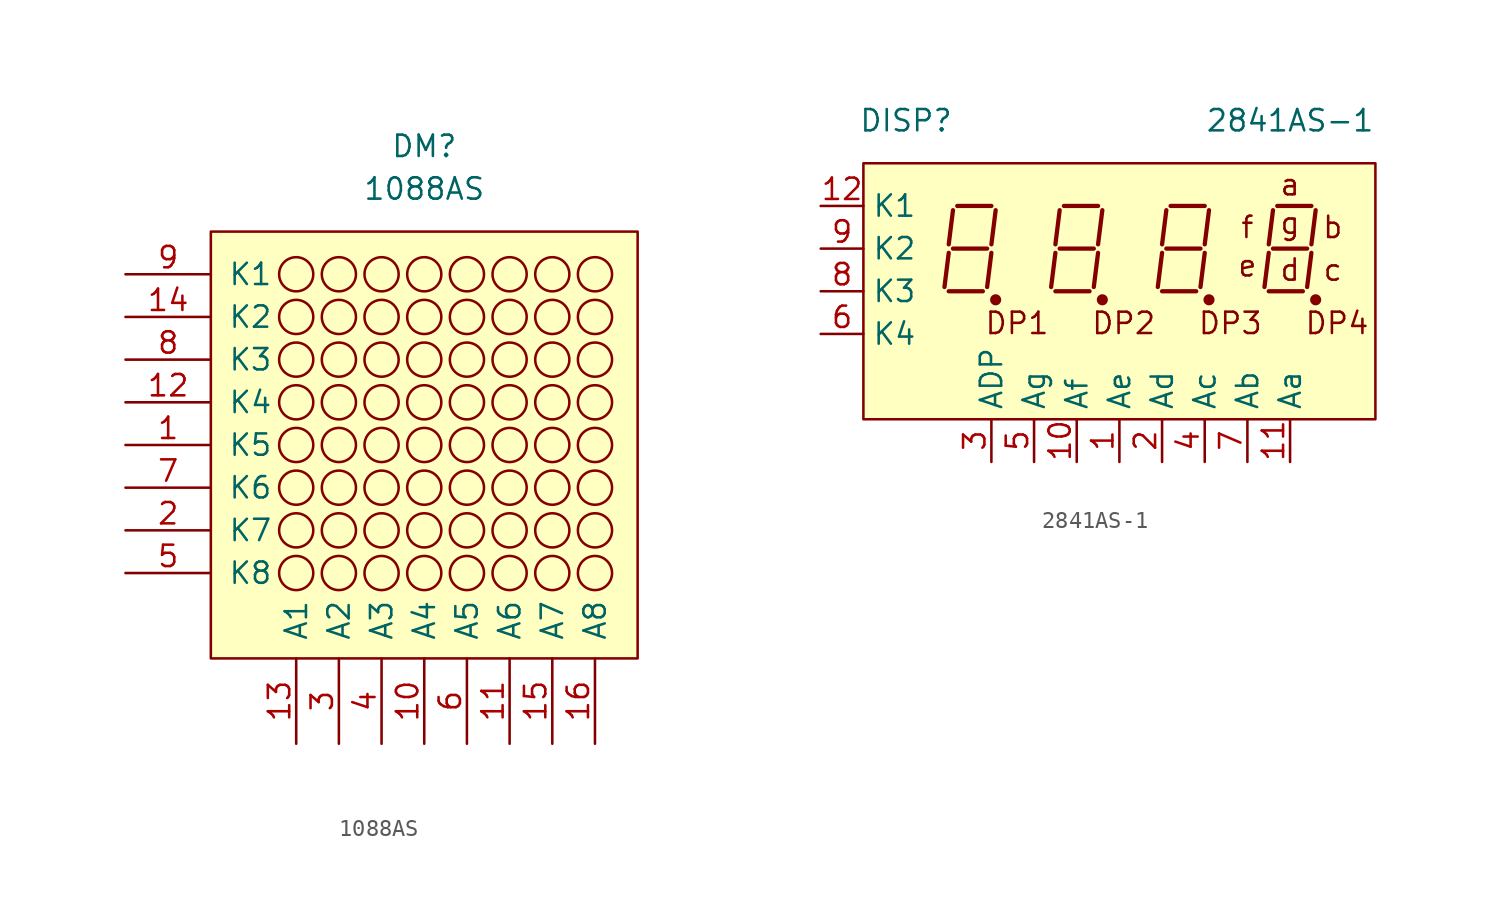
<source format=kicad_sym>
(kicad_symbol_lib
  (version 20211014)
  (generator kicad_symbol_editor)
  (symbol "1088AS"
    (pin_names
      (offset 1.016))
    (property "Reference" "DM"
      (at 0 43.18 0)
      (effects (font (size 1.27 1.27))))
    (property "Value" "1088AS"
      (at 0 40.64 0)
      (effects (font (size 1.27 1.27))))
    (symbol "1088AS_0_0"
      (pin passive line (at -17.78 25.4 0) (length 5.08) (name "K5" (effects (font (size 1.27 1.27)))) (number "1" (effects (font (size 1.27 1.27)))))
      (pin passive line (at 0 7.62 90) (length 5.08) (name "A4" (effects (font (size 1.27 1.27)))) (number "10" (effects (font (size 1.27 1.27)))))
      (pin passive line (at 5.08 7.62 90) (length 5.08) (name "A6" (effects (font (size 1.27 1.27)))) (number "11" (effects (font (size 1.27 1.27)))))
      (pin passive line (at -17.78 27.94 0) (length 5.08) (name "K4" (effects (font (size 1.27 1.27)))) (number "12" (effects (font (size 1.27 1.27)))))
      (pin passive line (at -7.62 7.62 90) (length 5.08) (name "A1" (effects (font (size 1.27 1.27)))) (number "13" (effects (font (size 1.27 1.27)))))
      (pin passive line (at -17.78 33.02 0) (length 5.08) (name "K2" (effects (font (size 1.27 1.27)))) (number "14" (effects (font (size 1.27 1.27)))))
      (pin passive line (at 7.62 7.62 90) (length 5.08) (name "A7" (effects (font (size 1.27 1.27)))) (number "15" (effects (font (size 1.27 1.27)))))
      (pin passive line (at 10.16 7.62 90) (length 5.08) (name "A8" (effects (font (size 1.27 1.27)))) (number "16" (effects (font (size 1.27 1.27)))))
      (pin passive line (at -17.78 20.32 0) (length 5.08) (name "K7" (effects (font (size 1.27 1.27)))) (number "2" (effects (font (size 1.27 1.27)))))
      (pin passive line (at -5.08 7.62 90) (length 5.08) (name "A2" (effects (font (size 1.27 1.27)))) (number "3" (effects (font (size 1.27 1.27)))))
      (pin passive line (at -2.54 7.62 90) (length 5.08) (name "A3" (effects (font (size 1.27 1.27)))) (number "4" (effects (font (size 1.27 1.27)))))
      (pin passive line (at -17.78 17.78 0) (length 5.08) (name "K8" (effects (font (size 1.27 1.27)))) (number "5" (effects (font (size 1.27 1.27)))))
      (pin passive line (at 2.54 7.62 90) (length 5.08) (name "A5" (effects (font (size 1.27 1.27)))) (number "6" (effects (font (size 1.27 1.27)))))
      (pin passive line (at -17.78 22.86 0) (length 5.08) (name "K6" (effects (font (size 1.27 1.27)))) (number "7" (effects (font (size 1.27 1.27)))))
      (pin passive line (at -17.78 30.48 0) (length 5.08) (name "K3" (effects (font (size 1.27 1.27)))) (number "8" (effects (font (size 1.27 1.27)))))
      (pin passive line (at -17.78 35.56 0) (length 5.08) (name "K1" (effects (font (size 1.27 1.27)))) (number "9" (effects (font (size 1.27 1.27))))))
    (symbol "1088AS_0_1"
      (rectangle (start -12.7 38.1) (end 12.7 12.7) (stroke (width 0.152) (type default) (color 0 0 0 0)) (fill (type background)))
      (circle (center -7.62 17.78) (radius 1.016) (stroke (width 0.152) (type default) (color 0 0 0 0)) (fill (type none)))
      (circle (center -7.62 20.32) (radius 1.016) (stroke (width 0.152) (type default) (color 0 0 0 0)) (fill (type none)))
      (circle (center -7.62 22.86) (radius 1.016) (stroke (width 0.152) (type default) (color 0 0 0 0)) (fill (type none)))
      (circle (center -7.62 25.4) (radius 1.016) (stroke (width 0.152) (type default) (color 0 0 0 0)) (fill (type none)))
      (circle (center -7.62 27.94) (radius 1.016) (stroke (width 0.152) (type default) (color 0 0 0 0)) (fill (type none)))
      (circle (center -7.62 30.48) (radius 1.016) (stroke (width 0.152) (type default) (color 0 0 0 0)) (fill (type none)))
      (circle (center -7.62 33.02) (radius 1.016) (stroke (width 0.152) (type default) (color 0 0 0 0)) (fill (type none)))
      (circle (center -7.62 35.56) (radius 1.016) (stroke (width 0.152) (type default) (color 0 0 0 0)) (fill (type none)))
      (circle (center -5.08 17.78) (radius 1.016) (stroke (width 0.152) (type default) (color 0 0 0 0)) (fill (type none)))
      (circle (center -5.08 20.32) (radius 1.016) (stroke (width 0.152) (type default) (color 0 0 0 0)) (fill (type none)))
      (circle (center -5.08 22.86) (radius 1.016) (stroke (width 0.152) (type default) (color 0 0 0 0)) (fill (type none)))
      (circle (center -5.08 25.4) (radius 1.016) (stroke (width 0.152) (type default) (color 0 0 0 0)) (fill (type none)))
      (circle (center -5.08 27.94) (radius 1.016) (stroke (width 0.152) (type default) (color 0 0 0 0)) (fill (type none)))
      (circle (center -5.08 30.48) (radius 1.016) (stroke (width 0.152) (type default) (color 0 0 0 0)) (fill (type none)))
      (circle (center -5.08 33.02) (radius 1.016) (stroke (width 0.152) (type default) (color 0 0 0 0)) (fill (type none)))
      (circle (center -5.08 35.56) (radius 1.016) (stroke (width 0.152) (type default) (color 0 0 0 0)) (fill (type none)))
      (circle (center -2.54 17.78) (radius 1.016) (stroke (width 0.152) (type default) (color 0 0 0 0)) (fill (type none)))
      (circle (center -2.54 20.32) (radius 1.016) (stroke (width 0.152) (type default) (color 0 0 0 0)) (fill (type none)))
      (circle (center -2.54 22.86) (radius 1.016) (stroke (width 0.152) (type default) (color 0 0 0 0)) (fill (type none)))
      (circle (center -2.54 25.4) (radius 1.016) (stroke (width 0.152) (type default) (color 0 0 0 0)) (fill (type none)))
      (circle (center -2.54 27.94) (radius 1.016) (stroke (width 0.152) (type default) (color 0 0 0 0)) (fill (type none)))
      (circle (center -2.54 30.48) (radius 1.016) (stroke (width 0.152) (type default) (color 0 0 0 0)) (fill (type none)))
      (circle (center -2.54 33.02) (radius 1.016) (stroke (width 0.152) (type default) (color 0 0 0 0)) (fill (type none)))
      (circle (center -2.54 35.56) (radius 1.016) (stroke (width 0.152) (type default) (color 0 0 0 0)) (fill (type none)))
      (circle (center 0 17.78) (radius 1.016) (stroke (width 0.152) (type default) (color 0 0 0 0)) (fill (type none)))
      (circle (center 0 20.32) (radius 1.016) (stroke (width 0.152) (type default) (color 0 0 0 0)) (fill (type none)))
      (circle (center 0 22.86) (radius 1.016) (stroke (width 0.152) (type default) (color 0 0 0 0)) (fill (type none)))
      (circle (center 0 25.4) (radius 1.016) (stroke (width 0.152) (type default) (color 0 0 0 0)) (fill (type none)))
      (circle (center 0 27.94) (radius 1.016) (stroke (width 0.152) (type default) (color 0 0 0 0)) (fill (type none)))
      (circle (center 0 30.48) (radius 1.016) (stroke (width 0.152) (type default) (color 0 0 0 0)) (fill (type none)))
      (circle (center 0 33.02) (radius 1.016) (stroke (width 0.152) (type default) (color 0 0 0 0)) (fill (type none)))
      (circle (center 0 35.56) (radius 1.016) (stroke (width 0.152) (type default) (color 0 0 0 0)) (fill (type none)))
      (circle (center 2.54 17.78) (radius 1.016) (stroke (width 0.152) (type default) (color 0 0 0 0)) (fill (type none)))
      (circle (center 2.54 20.32) (radius 1.016) (stroke (width 0.152) (type default) (color 0 0 0 0)) (fill (type none)))
      (circle (center 2.54 22.86) (radius 1.016) (stroke (width 0.152) (type default) (color 0 0 0 0)) (fill (type none)))
      (circle (center 2.54 25.4) (radius 1.016) (stroke (width 0.152) (type default) (color 0 0 0 0)) (fill (type none)))
      (circle (center 2.54 27.94) (radius 1.016) (stroke (width 0.152) (type default) (color 0 0 0 0)) (fill (type none)))
      (circle (center 2.54 30.48) (radius 1.016) (stroke (width 0.152) (type default) (color 0 0 0 0)) (fill (type none)))
      (circle (center 2.54 33.02) (radius 1.016) (stroke (width 0.152) (type default) (color 0 0 0 0)) (fill (type none)))
      (circle (center 2.54 35.56) (radius 1.016) (stroke (width 0.152) (type default) (color 0 0 0 0)) (fill (type none)))
      (circle (center 5.08 17.78) (radius 1.016) (stroke (width 0.152) (type default) (color 0 0 0 0)) (fill (type none)))
      (circle (center 5.08 20.32) (radius 1.016) (stroke (width 0.152) (type default) (color 0 0 0 0)) (fill (type none)))
      (circle (center 5.08 22.86) (radius 1.016) (stroke (width 0.152) (type default) (color 0 0 0 0)) (fill (type none)))
      (circle (center 5.08 25.4) (radius 1.016) (stroke (width 0.152) (type default) (color 0 0 0 0)) (fill (type none)))
      (circle (center 5.08 27.94) (radius 1.016) (stroke (width 0.152) (type default) (color 0 0 0 0)) (fill (type none)))
      (circle (center 5.08 30.48) (radius 1.016) (stroke (width 0.152) (type default) (color 0 0 0 0)) (fill (type none)))
      (circle (center 5.08 33.02) (radius 1.016) (stroke (width 0.152) (type default) (color 0 0 0 0)) (fill (type none)))
      (circle (center 5.08 35.56) (radius 1.016) (stroke (width 0.152) (type default) (color 0 0 0 0)) (fill (type none)))
      (circle (center 7.62 17.78) (radius 1.016) (stroke (width 0.152) (type default) (color 0 0 0 0)) (fill (type none)))
      (circle (center 7.62 20.32) (radius 1.016) (stroke (width 0.152) (type default) (color 0 0 0 0)) (fill (type none)))
      (circle (center 7.62 22.86) (radius 1.016) (stroke (width 0.152) (type default) (color 0 0 0 0)) (fill (type none)))
      (circle (center 7.62 25.4) (radius 1.016) (stroke (width 0.152) (type default) (color 0 0 0 0)) (fill (type none)))
      (circle (center 7.62 27.94) (radius 1.016) (stroke (width 0.152) (type default) (color 0 0 0 0)) (fill (type none)))
      (circle (center 7.62 30.48) (radius 1.016) (stroke (width 0.152) (type default) (color 0 0 0 0)) (fill (type none)))
      (circle (center 7.62 33.02) (radius 1.016) (stroke (width 0.152) (type default) (color 0 0 0 0)) (fill (type none)))
      (circle (center 7.62 35.56) (radius 1.016) (stroke (width 0.152) (type default) (color 0 0 0 0)) (fill (type none)))
      (circle (center 10.16 17.78) (radius 1.016) (stroke (width 0.152) (type default) (color 0 0 0 0)) (fill (type none)))
      (circle (center 10.16 20.32) (radius 1.016) (stroke (width 0.152) (type default) (color 0 0 0 0)) (fill (type none)))
      (circle (center 10.16 22.86) (radius 1.016) (stroke (width 0.152) (type default) (color 0 0 0 0)) (fill (type none)))
      (circle (center 10.16 25.4) (radius 1.016) (stroke (width 0.152) (type default) (color 0 0 0 0)) (fill (type none)))
      (circle (center 10.16 27.94) (radius 1.016) (stroke (width 0.152) (type default) (color 0 0 0 0)) (fill (type none)))
      (circle (center 10.16 30.48) (radius 1.016) (stroke (width 0.152) (type default) (color 0 0 0 0)) (fill (type none)))
      (circle (center 10.16 33.02) (radius 1.016) (stroke (width 0.152) (type default) (color 0 0 0 0)) (fill (type none)))
      (circle (center 10.16 35.56) (radius 1.016) (stroke (width 0.152) (type default) (color 0 0 0 0)) (fill (type none)))))
  (symbol "2841AS-1"
    (property "Reference" "DISP"
      (at -12.7 10.16 0)
      (effects (font (size 1.27 1.27))))
    (property "Value" "2841AS-1"
      (at 10.16 10.16 0)
      (effects (font (size 1.27 1.27))))
    (symbol "2841AS-1_0_0"
      (rectangle (start -15.24 7.62) (end 15.24 -7.62) (stroke (width 0.152) (type default) (color 0 0 0 0)) (fill (type background)))
      (circle (center -7.366 -0.508) (radius 0.254) (stroke (width 0) (type default) (color 0 0 0 0)) (fill (type outline)))
      (circle (center -1.016 -0.508) (radius 0.254) (stroke (width 0) (type default) (color 0 0 0 0)) (fill (type outline)))
      (polyline (pts (xy -10.16 2.286) (xy -10.414 0.254)) (stroke (width 0.254) (type default) (color 0 0 0 0)) (fill (type none)))
      (polyline (pts (xy -10.16 2.794) (xy -9.906 4.826)) (stroke (width 0.254) (type default) (color 0 0 0 0)) (fill (type none)))
      (polyline (pts (xy -9.906 2.54) (xy -7.874 2.54)) (stroke (width 0.254) (type default) (color 0 0 0 0)) (fill (type none)))
      (polyline (pts (xy -9.652 5.08) (xy -7.62 5.08)) (stroke (width 0.254) (type default) (color 0 0 0 0)) (fill (type none)))
      (polyline (pts (xy -8.128 0) (xy -10.16 0)) (stroke (width 0.254) (type default) (color 0 0 0 0)) (fill (type none)))
      (polyline (pts (xy -7.62 2.286) (xy -7.874 0.254)) (stroke (width 0.254) (type default) (color 0 0 0 0)) (fill (type none)))
      (polyline (pts (xy -7.62 2.794) (xy -7.366 4.826)) (stroke (width 0.254) (type default) (color 0 0 0 0)) (fill (type none)))
      (polyline (pts (xy -3.81 2.286) (xy -4.064 0.254)) (stroke (width 0.254) (type default) (color 0 0 0 0)) (fill (type none)))
      (polyline (pts (xy -3.81 2.794) (xy -3.556 4.826)) (stroke (width 0.254) (type default) (color 0 0 0 0)) (fill (type none)))
      (polyline (pts (xy -3.556 2.54) (xy -1.524 2.54)) (stroke (width 0.254) (type default) (color 0 0 0 0)) (fill (type none)))
      (polyline (pts (xy -3.302 5.08) (xy -1.27 5.08)) (stroke (width 0.254) (type default) (color 0 0 0 0)) (fill (type none)))
      (polyline (pts (xy -1.778 0) (xy -3.81 0)) (stroke (width 0.254) (type default) (color 0 0 0 0)) (fill (type none)))
      (polyline (pts (xy -1.27 2.286) (xy -1.524 0.254)) (stroke (width 0.254) (type default) (color 0 0 0 0)) (fill (type none)))
      (polyline (pts (xy -1.27 2.794) (xy -1.016 4.826)) (stroke (width 0.254) (type default) (color 0 0 0 0)) (fill (type none)))
      (polyline (pts (xy 2.54 2.286) (xy 2.286 0.254)) (stroke (width 0.254) (type default) (color 0 0 0 0)) (fill (type none)))
      (polyline (pts (xy 2.54 2.794) (xy 2.794 4.826)) (stroke (width 0.254) (type default) (color 0 0 0 0)) (fill (type none)))
      (polyline (pts (xy 2.794 2.54) (xy 4.826 2.54)) (stroke (width 0.254) (type default) (color 0 0 0 0)) (fill (type none)))
      (polyline (pts (xy 3.048 5.08) (xy 5.08 5.08)) (stroke (width 0.254) (type default) (color 0 0 0 0)) (fill (type none)))
      (polyline (pts (xy 4.572 0) (xy 2.54 0)) (stroke (width 0.254) (type default) (color 0 0 0 0)) (fill (type none)))
      (polyline (pts (xy 5.08 2.286) (xy 4.826 0.254)) (stroke (width 0.254) (type default) (color 0 0 0 0)) (fill (type none)))
      (polyline (pts (xy 5.08 2.794) (xy 5.334 4.826)) (stroke (width 0.254) (type default) (color 0 0 0 0)) (fill (type none)))
      (polyline (pts (xy 8.89 2.286) (xy 8.636 0.254)) (stroke (width 0.254) (type default) (color 0 0 0 0)) (fill (type none)))
      (polyline (pts (xy 8.89 2.794) (xy 9.144 4.826)) (stroke (width 0.254) (type default) (color 0 0 0 0)) (fill (type none)))
      (polyline (pts (xy 9.144 2.54) (xy 11.176 2.54)) (stroke (width 0.254) (type default) (color 0 0 0 0)) (fill (type none)))
      (polyline (pts (xy 9.398 5.08) (xy 11.43 5.08)) (stroke (width 0.254) (type default) (color 0 0 0 0)) (fill (type none)))
      (polyline (pts (xy 10.922 0) (xy 8.89 0)) (stroke (width 0.254) (type default) (color 0 0 0 0)) (fill (type none)))
      (polyline (pts (xy 11.43 2.286) (xy 11.176 0.254)) (stroke (width 0.254) (type default) (color 0 0 0 0)) (fill (type none)))
      (polyline (pts (xy 11.43 2.794) (xy 11.684 4.826)) (stroke (width 0.254) (type default) (color 0 0 0 0)) (fill (type none)))
      (circle (center 5.334 -0.508) (radius 0.254) (stroke (width 0) (type default) (color 0 0 0 0)) (fill (type outline)))
      (circle (center 11.684 -0.508) (radius 0.254) (stroke (width 0) (type default) (color 0 0 0 0)) (fill (type outline)))
      (text "a" (at 10.16 6.35 0) (effects (font (size 1.27 1.27))))
      (text "b" (at 12.7 3.81 0) (effects (font (size 1.27 1.27))))
      (text "c" (at 12.7 1.27 0) (effects (font (size 1.27 1.27))))
      (text "d" (at 10.16 1.27 0) (effects (font (size 1.27 1.27))))
      (text "DP1" (at -6.096 -1.905 0) (effects (font (size 1.27 1.27))))
      (text "DP2" (at 0.254 -1.905 0) (effects (font (size 1.27 1.27))))
      (text "DP3" (at 6.604 -1.905 0) (effects (font (size 1.27 1.27))))
      (text "DP4" (at 12.954 -1.905 0) (effects (font (size 1.27 1.27))))
      (text "e" (at 7.62 1.524 0) (effects (font (size 1.27 1.27))))
      (text "f" (at 7.62 3.81 0) (effects (font (size 1.27 1.27))))
      (text "g" (at 10.16 4.064 0) (effects (font (size 1.27 1.27)))))
    (symbol "2841AS-1_1_1"
      (pin input line (at 0 -10.16 90) (length 2.54) (name "Ae" (effects (font (size 1.27 1.27)))) (number "1" (effects (font (size 1.27 1.27)))))
      (pin input line (at -2.54 -10.16 90) (length 2.54) (name "Af" (effects (font (size 1.27 1.27)))) (number "10" (effects (font (size 1.27 1.27)))))
      (pin input line (at 10.16 -10.16 90) (length 2.54) (name "Aa" (effects (font (size 1.27 1.27)))) (number "11" (effects (font (size 1.27 1.27)))))
      (pin input line (at -17.78 5.08 0) (length 2.54) (name "K1" (effects (font (size 1.27 1.27)))) (number "12" (effects (font (size 1.27 1.27)))))
      (pin input line (at 2.54 -10.16 90) (length 2.54) (name "Ad" (effects (font (size 1.27 1.27)))) (number "2" (effects (font (size 1.27 1.27)))))
      (pin input line (at -7.62 -10.16 90) (length 2.54) (name "ADP" (effects (font (size 1.27 1.27)))) (number "3" (effects (font (size 1.27 1.27)))))
      (pin input line (at 5.08 -10.16 90) (length 2.54) (name "Ac" (effects (font (size 1.27 1.27)))) (number "4" (effects (font (size 1.27 1.27)))))
      (pin input line (at -5.08 -10.16 90) (length 2.54) (name "Ag" (effects (font (size 1.27 1.27)))) (number "5" (effects (font (size 1.27 1.27)))))
      (pin input line (at -17.78 -2.54 0) (length 2.54) (name "K4" (effects (font (size 1.27 1.27)))) (number "6" (effects (font (size 1.27 1.27)))))
      (pin input line (at 7.62 -10.16 90) (length 2.54) (name "Ab" (effects (font (size 1.27 1.27)))) (number "7" (effects (font (size 1.27 1.27)))))
      (pin input line (at -17.78 0 0) (length 2.54) (name "K3" (effects (font (size 1.27 1.27)))) (number "8" (effects (font (size 1.27 1.27)))))
      (pin input line (at -17.78 2.54 0) (length 2.54) (name "K2" (effects (font (size 1.27 1.27)))) (number "9" (effects (font (size 1.27 1.27))))))))
</source>
